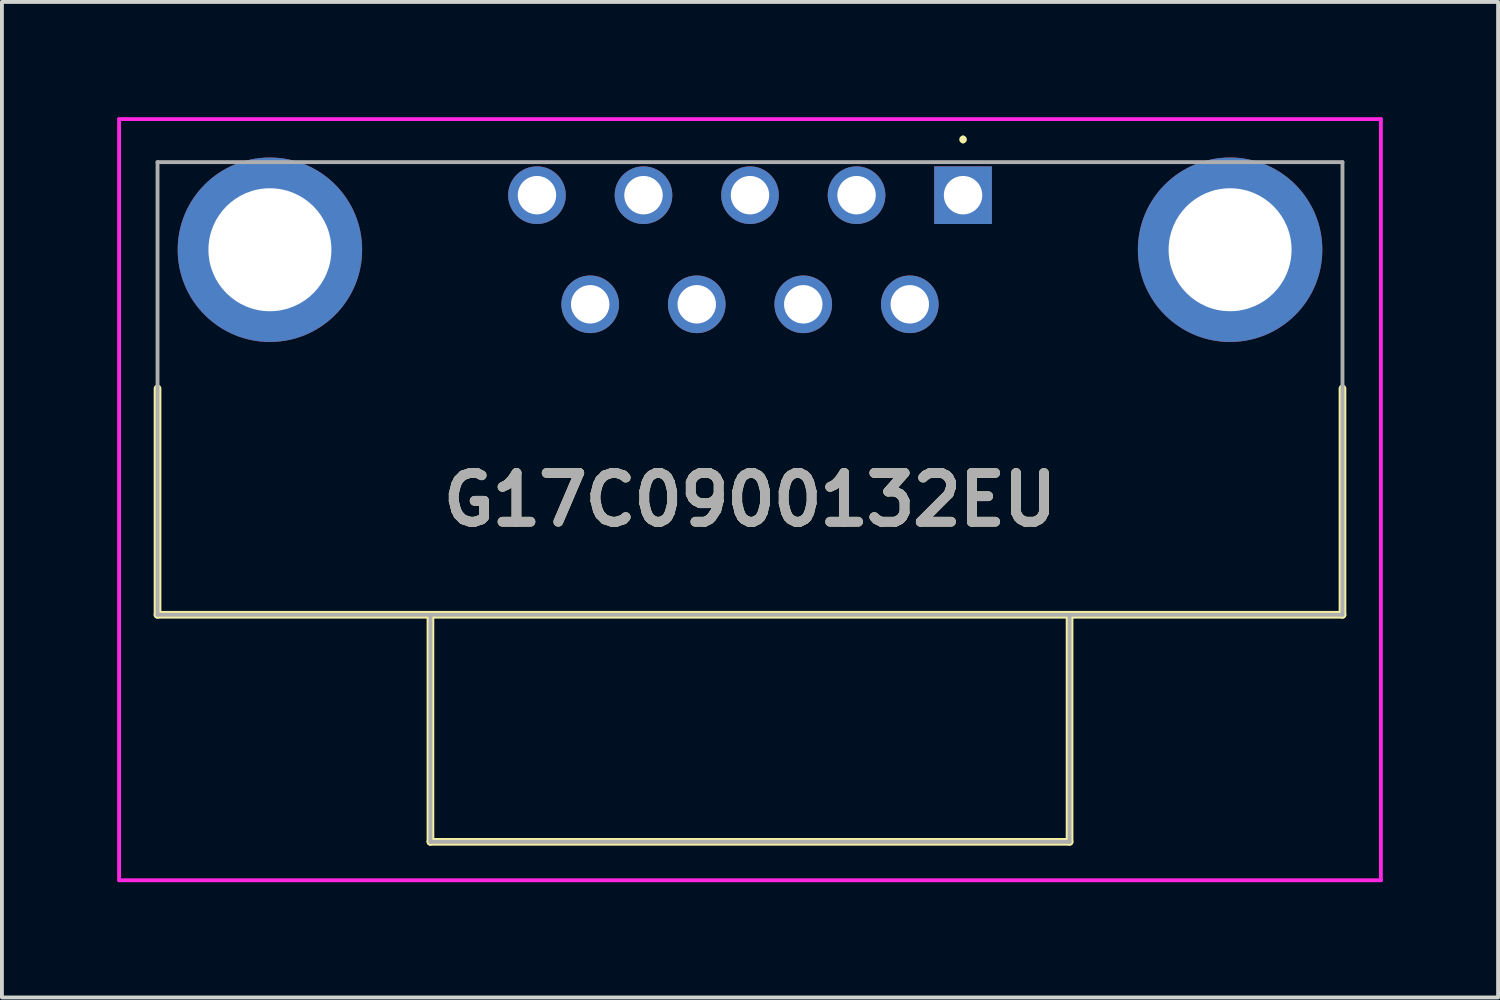
<source format=kicad_pcb>
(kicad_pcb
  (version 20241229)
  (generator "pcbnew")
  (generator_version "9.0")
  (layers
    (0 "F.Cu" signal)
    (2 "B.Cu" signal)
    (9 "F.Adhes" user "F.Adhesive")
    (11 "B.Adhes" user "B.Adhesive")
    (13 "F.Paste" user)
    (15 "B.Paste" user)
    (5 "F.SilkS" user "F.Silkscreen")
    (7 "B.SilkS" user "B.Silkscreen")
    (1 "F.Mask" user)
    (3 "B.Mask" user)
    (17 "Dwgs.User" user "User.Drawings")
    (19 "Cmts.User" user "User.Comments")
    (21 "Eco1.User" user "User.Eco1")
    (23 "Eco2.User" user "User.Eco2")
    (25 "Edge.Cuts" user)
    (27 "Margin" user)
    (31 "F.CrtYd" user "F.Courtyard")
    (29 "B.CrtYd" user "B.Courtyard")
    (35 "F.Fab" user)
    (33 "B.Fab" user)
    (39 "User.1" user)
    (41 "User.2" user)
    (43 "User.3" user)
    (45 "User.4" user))
  (footprint "G17C0900132EU"
    (layer "F.Cu")
    (at 22.015 2.03)
    (property "Reference" "G17C0900132EU" (at -5.545 7.925 0) (layer "F.SilkS") (effects (font (size 1.27 1.27) (thickness 0.254))))
    (attr through_hole)
    (fp_line (start -20.965 5.03) (end -20.965 10.92) (stroke (width 0.2) (type solid)) (layer "F.SilkS"))
    (fp_line (start -20.965 10.92) (end 9.875 10.92) (stroke (width 0.2) (type solid)) (layer "F.SilkS"))
    (fp_line (start -13.862 16.83) (end -13.862 10.93) (stroke (width 0.2) (type solid)) (layer "F.SilkS"))
    (fp_line (start 0 -1.5) (end 0 -1.5) (stroke (width 0.1) (type solid)) (layer "F.SilkS"))
    (fp_line (start 0 -1.4) (end 0 -1.4) (stroke (width 0.1) (type solid)) (layer "F.SilkS"))
    (fp_line (start 2.772 10.92) (end 2.772 16.83) (stroke (width 0.2) (type solid)) (layer "F.SilkS"))
    (fp_line (start 2.772 16.83) (end -13.862 16.83) (stroke (width 0.2) (type solid)) (layer "F.SilkS"))
    (fp_line (start 9.875 10.92) (end 9.875 5.03) (stroke (width 0.2) (type solid)) (layer "F.SilkS"))
    (fp_arc (start 0 -1.5) (mid 0.05 -1.45) (end 0 -1.4) (stroke (width 0.1) (type solid)) (layer "F.SilkS"))
    (fp_arc (start 0 -1.4) (mid -0.05 -1.45) (end 0 -1.5) (stroke (width 0.1) (type solid)) (layer "F.SilkS"))
    (fp_line (start -21.965 -1.98) (end -21.965 17.83) (stroke (width 0.1) (type solid)) (layer "F.CrtYd"))
    (fp_line (start -21.965 17.83) (end 10.875 17.83) (stroke (width 0.1) (type solid)) (layer "F.CrtYd"))
    (fp_line (start 10.875 -1.98) (end -21.965 -1.98) (stroke (width 0.1) (type solid)) (layer "F.CrtYd"))
    (fp_line (start 10.875 17.83) (end 10.875 -1.98) (stroke (width 0.1) (type solid)) (layer "F.CrtYd"))
    (fp_line (start -20.965 -0.86) (end -20.965 10.92) (stroke (width 0.1) (type solid)) (layer "F.Fab"))
    (fp_line (start -20.965 10.92) (end 9.875 10.92) (stroke (width 0.1) (type solid)) (layer "F.Fab"))
    (fp_line (start -13.862 16.83) (end -13.862 10.93) (stroke (width 0.1) (type solid)) (layer "F.Fab"))
    (fp_line (start 2.772 10.92) (end 2.772 16.83) (stroke (width 0.1) (type solid)) (layer "F.Fab"))
    (fp_line (start 2.772 16.83) (end -13.862 16.83) (stroke (width 0.1) (type solid)) (layer "F.Fab"))
    (fp_line (start 9.875 -0.86) (end -20.965 -0.86) (stroke (width 0.1) (type solid)) (layer "F.Fab"))
    (fp_line (start 9.875 10.92) (end 9.875 -0.86) (stroke (width 0.1) (type solid)) (layer "F.Fab"))
    (fp_text user "${REFERENCE}" (at -5.545 7.925 0) (layer "F.Fab") (effects (font (size 1.27 1.27) (thickness 0.254))))
    (pad "1" thru_hole rect (at 0 0) (size 1.5 1.5) (drill 1) (layers "*.Cu" "*.Mask"))
    (pad "2" thru_hole circle (at -2.772 0) (size 1.5 1.5) (drill 1) (layers "*.Cu" "*.Mask"))
    (pad "3" thru_hole circle (at -5.545 0) (size 1.5 1.5) (drill 1) (layers "*.Cu" "*.Mask"))
    (pad "4" thru_hole circle (at -8.317 0) (size 1.5 1.5) (drill 1) (layers "*.Cu" "*.Mask"))
    (pad "5" thru_hole circle (at -11.09 0) (size 1.5 1.5) (drill 1) (layers "*.Cu" "*.Mask"))
    (pad "6" thru_hole circle (at -1.386 2.84) (size 1.5 1.5) (drill 1) (layers "*.Cu" "*.Mask"))
    (pad "7" thru_hole circle (at -4.159 2.84) (size 1.5 1.5) (drill 1) (layers "*.Cu" "*.Mask"))
    (pad "8" thru_hole circle (at -6.931 2.84) (size 1.5 1.5) (drill 1) (layers "*.Cu" "*.Mask"))
    (pad "9" thru_hole circle (at -9.704 2.84) (size 1.5 1.5) (drill 1) (layers "*.Cu" "*.Mask"))
    (pad "MH1" thru_hole circle (at 6.95 1.42) (size 4.8 4.8) (drill 3.2) (layers "*.Cu" "*.Mask"))
    (pad "MH2" thru_hole circle (at -18.04 1.42) (size 4.8 4.8) (drill 3.2) (layers "*.Cu" "*.Mask")))
  (gr_rect
    (start -3 -3)
    (end 35.94 22.91)
    (stroke (width 0.1) (type default))
    (fill no)
    (layer "Edge.Cuts")))
</source>
